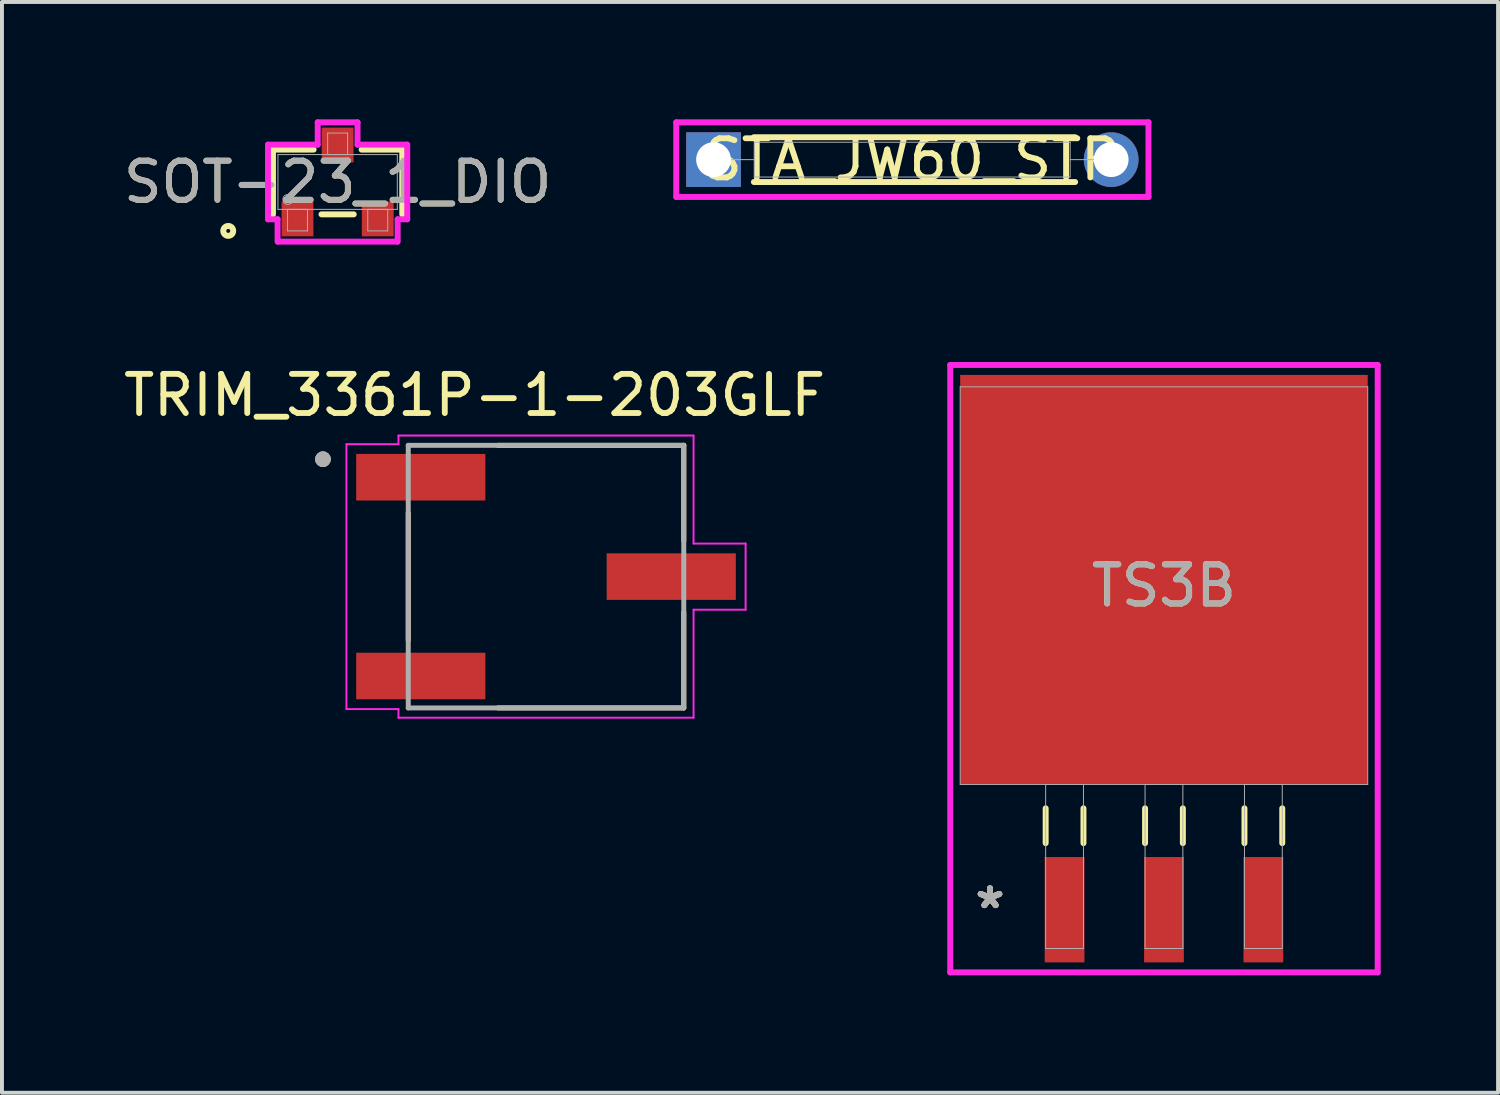
<source format=kicad_pcb>
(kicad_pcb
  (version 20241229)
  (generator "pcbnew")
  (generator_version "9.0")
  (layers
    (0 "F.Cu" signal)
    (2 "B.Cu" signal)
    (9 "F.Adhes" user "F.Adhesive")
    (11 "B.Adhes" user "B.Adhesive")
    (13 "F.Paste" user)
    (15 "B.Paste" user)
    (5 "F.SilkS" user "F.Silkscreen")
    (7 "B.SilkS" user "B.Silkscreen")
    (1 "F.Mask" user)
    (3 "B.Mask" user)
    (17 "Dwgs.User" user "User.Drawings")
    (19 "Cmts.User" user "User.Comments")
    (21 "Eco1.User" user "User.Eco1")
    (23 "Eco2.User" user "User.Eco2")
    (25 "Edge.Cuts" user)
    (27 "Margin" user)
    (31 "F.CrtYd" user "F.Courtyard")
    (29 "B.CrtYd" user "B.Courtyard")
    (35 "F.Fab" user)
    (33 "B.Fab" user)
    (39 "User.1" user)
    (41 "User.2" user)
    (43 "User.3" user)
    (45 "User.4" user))
  (footprint "TRIM_3361P-1-203GLF"
    (layer "F.Cu")
    (at 10.902 11.684)
    (property "Reference" "TRIM_3361P-1-203GLF" (at -1.825 -4.635 0) (layer "F.SilkS") (effects (font (size 1 1) (thickness 0.15))))
    (attr smd)
    (fp_line (start -3.52 -1.625) (end -3.52 1.625) (stroke (width 0.127) (type solid)) (layer "F.SilkS"))
    (fp_line (start 3.52 -3.355) (end -1.23 -3.355) (stroke (width 0.127) (type solid)) (layer "F.SilkS"))
    (fp_line (start 3.52 -0.915) (end 3.52 -3.355) (stroke (width 0.127) (type solid)) (layer "F.SilkS"))
    (fp_line (start 3.52 0.915) (end 3.52 3.355) (stroke (width 0.127) (type solid)) (layer "F.SilkS"))
    (fp_line (start 3.52 3.355) (end -1.23 3.355) (stroke (width 0.127) (type solid)) (layer "F.SilkS"))
    (fp_circle (center -5.7 -3) (end -5.6 -3) (stroke (width 0.2) (type solid)) (fill no) (layer "F.SilkS"))
    (fp_line (start -5.1 -3.385) (end -3.77 -3.385) (stroke (width 0.05) (type solid)) (layer "F.CrtYd"))
    (fp_line (start -5.1 3.385) (end -5.1 -3.385) (stroke (width 0.05) (type solid)) (layer "F.CrtYd"))
    (fp_line (start -3.77 -3.605) (end 3.77 -3.605) (stroke (width 0.05) (type solid)) (layer "F.CrtYd"))
    (fp_line (start -3.77 -3.385) (end -3.77 -3.605) (stroke (width 0.05) (type solid)) (layer "F.CrtYd"))
    (fp_line (start -3.77 3.385) (end -5.1 3.385) (stroke (width 0.05) (type solid)) (layer "F.CrtYd"))
    (fp_line (start -3.77 3.605) (end -3.77 3.385) (stroke (width 0.05) (type solid)) (layer "F.CrtYd"))
    (fp_line (start 3.77 -3.605) (end 3.77 -0.845) (stroke (width 0.05) (type solid)) (layer "F.CrtYd"))
    (fp_line (start 3.77 -0.845) (end 5.1 -0.845) (stroke (width 0.05) (type solid)) (layer "F.CrtYd"))
    (fp_line (start 3.77 0.845) (end 3.77 3.605) (stroke (width 0.05) (type solid)) (layer "F.CrtYd"))
    (fp_line (start 3.77 3.605) (end -3.77 3.605) (stroke (width 0.05) (type solid)) (layer "F.CrtYd"))
    (fp_line (start 5.1 -0.845) (end 5.1 0.845) (stroke (width 0.05) (type solid)) (layer "F.CrtYd"))
    (fp_line (start 5.1 0.845) (end 3.77 0.845) (stroke (width 0.05) (type solid)) (layer "F.CrtYd"))
    (fp_line (start -3.52 -3.355) (end -3.52 3.355) (stroke (width 0.127) (type solid)) (layer "F.Fab"))
    (fp_line (start -3.52 3.355) (end 3.52 3.355) (stroke (width 0.127) (type solid)) (layer "F.Fab"))
    (fp_line (start 3.52 -3.355) (end -3.52 -3.355) (stroke (width 0.127) (type solid)) (layer "F.Fab"))
    (fp_line (start 3.52 3.355) (end 3.52 -3.355) (stroke (width 0.127) (type solid)) (layer "F.Fab"))
    (fp_circle (center -5.7 -3) (end -5.6 -3) (stroke (width 0.2) (type solid)) (fill no) (layer "F.Fab"))
    (pad "1" smd rect (at -3.2 -2.54) (size 3.3 1.19) (layers "F.Cu" "F.Mask" "F.Paste"))
    (pad "2" smd rect (at 3.2 0) (size 3.3 1.19) (layers "F.Cu" "F.Mask" "F.Paste"))
    (pad "3" smd rect (at -3.2 2.54) (size 3.3 1.19) (layers "F.Cu" "F.Mask" "F.Paste")))
  (footprint "STA_JW60_STP"
    (layer "F.Cu")
    (at 15.183 1.029)
    (property "Reference" "STA_JW60_STP" (at 5.08 0 0) (unlocked yes) (layer "F.SilkS") (effects (font (size 1 1) (thickness 0.15))))
    (attr through_hole)
    (fp_line (start 1.031 0.572) (end 9.239 0.572) (stroke (width 0.152) (type solid)) (layer "F.SilkS"))
    (fp_line (start 9.239 -0.572) (end 1.031 -0.572) (stroke (width 0.152) (type solid)) (layer "F.SilkS"))
    (fp_line (start -0.953 -0.953) (end 11.113 -0.953) (stroke (width 0.152) (type solid)) (layer "F.CrtYd"))
    (fp_line (start -0.953 0.953) (end -0.953 -0.953) (stroke (width 0.152) (type solid)) (layer "F.CrtYd"))
    (fp_line (start 11.113 -0.953) (end 11.113 0.953) (stroke (width 0.152) (type solid)) (layer "F.CrtYd"))
    (fp_line (start 11.113 0.953) (end -0.953 0.953) (stroke (width 0.152) (type solid)) (layer "F.CrtYd"))
    (fp_line (start 0 0) (end 1.048 0) (stroke (width 0.025) (type solid)) (layer "F.Fab"))
    (fp_line (start 1.048 -0.445) (end 1.048 0.445) (stroke (width 0.025) (type solid)) (layer "F.Fab"))
    (fp_line (start 1.048 0.445) (end 9.112 0.445) (stroke (width 0.025) (type solid)) (layer "F.Fab"))
    (fp_line (start 9.112 -0.445) (end 1.048 -0.445) (stroke (width 0.025) (type solid)) (layer "F.Fab"))
    (fp_line (start 9.112 0.445) (end 9.112 -0.445) (stroke (width 0.025) (type solid)) (layer "F.Fab"))
    (fp_line (start 10.16 0) (end 9.112 0) (stroke (width 0.025) (type solid)) (layer "F.Fab"))
    (pad "1" thru_hole rect (at 0 0) (size 1.397 1.397) (drill 0.889) (layers "*.Cu" "*.Mask"))
    (pad "2" thru_hole circle (at 10.16 0) (size 1.397 1.397) (drill 0.889) (layers "*.Cu" "*.Mask")))
  (footprint "SOT-23_1_DIO"
    (layer "F.Cu")
    (at 5.577 1.6)
    (property "Reference" "SOT-23_1_DIO" (at 0 0 0) (unlocked yes) (layer "F.SilkS") (effects (font (size 1 1) (thickness 0.15))))
    (attr smd)
    (fp_line (start -1.652 -0.827) (end -1.652 0.827) (stroke (width 0.152) (type solid)) (layer "F.SilkS"))
    (fp_line (start -0.613 -0.827) (end -1.652 -0.827) (stroke (width 0.152) (type solid)) (layer "F.SilkS"))
    (fp_line (start -0.412 0.827) (end 0.412 0.827) (stroke (width 0.152) (type solid)) (layer "F.SilkS"))
    (fp_line (start 1.652 -0.827) (end 0.613 -0.827) (stroke (width 0.152) (type solid)) (layer "F.SilkS"))
    (fp_line (start 1.652 0.827) (end 1.652 -0.827) (stroke (width 0.152) (type solid)) (layer "F.SilkS"))
    (fp_circle (center -2.795 1.25) (end -2.668 1.25) (stroke (width 0.152) (type solid)) (fill no) (layer "F.SilkS"))
    (fp_line (start -1.779 -0.954) (end -0.509 -0.954) (stroke (width 0.152) (type solid)) (layer "F.CrtYd"))
    (fp_line (start -1.779 0.954) (end -1.779 -0.954) (stroke (width 0.152) (type solid)) (layer "F.CrtYd"))
    (fp_line (start -1.779 0.954) (end -1.534 0.954) (stroke (width 0.152) (type solid)) (layer "F.CrtYd"))
    (fp_line (start -1.534 0.954) (end -1.534 1.524) (stroke (width 0.152) (type solid)) (layer "F.CrtYd"))
    (fp_line (start -1.524 1.524) (end 1.524 1.524) (stroke (width 0.152) (type solid)) (layer "F.CrtYd"))
    (fp_line (start -0.509 -1.524) (end 0.509 -1.524) (stroke (width 0.152) (type solid)) (layer "F.CrtYd"))
    (fp_line (start -0.509 -0.954) (end -0.508 -1.524) (stroke (width 0.152) (type solid)) (layer "F.CrtYd"))
    (fp_line (start 0.509 -0.954) (end 0.509 -1.524) (stroke (width 0.152) (type solid)) (layer "F.CrtYd"))
    (fp_line (start 1.534 0.954) (end 1.534 1.524) (stroke (width 0.152) (type solid)) (layer "F.CrtYd"))
    (fp_line (start 1.779 -0.954) (end 0.509 -0.954) (stroke (width 0.152) (type solid)) (layer "F.CrtYd"))
    (fp_line (start 1.779 -0.954) (end 1.779 0.954) (stroke (width 0.152) (type solid)) (layer "F.CrtYd"))
    (fp_line (start 1.779 0.954) (end 1.534 0.954) (stroke (width 0.152) (type solid)) (layer "F.CrtYd"))
    (fp_line (start -1.525 -0.7) (end -1.525 0.7) (stroke (width 0.025) (type solid)) (layer "F.Fab"))
    (fp_line (start -1.525 0.7) (end 1.525 0.7) (stroke (width 0.025) (type solid)) (layer "F.Fab"))
    (fp_line (start -1.28 0.7) (end -1.28 1.25) (stroke (width 0.025) (type solid)) (layer "F.Fab"))
    (fp_line (start -1.28 1.25) (end -0.77 1.25) (stroke (width 0.025) (type solid)) (layer "F.Fab"))
    (fp_line (start -0.77 0.7) (end -1.28 0.7) (stroke (width 0.025) (type solid)) (layer "F.Fab"))
    (fp_line (start -0.77 1.25) (end -0.77 0.7) (stroke (width 0.025) (type solid)) (layer "F.Fab"))
    (fp_line (start -0.255 -1.25) (end -0.255 -0.7) (stroke (width 0.025) (type solid)) (layer "F.Fab"))
    (fp_line (start -0.255 -0.7) (end 0.255 -0.7) (stroke (width 0.025) (type solid)) (layer "F.Fab"))
    (fp_line (start 0.255 -1.25) (end -0.255 -1.25) (stroke (width 0.025) (type solid)) (layer "F.Fab"))
    (fp_line (start 0.255 -0.7) (end 0.255 -1.25) (stroke (width 0.025) (type solid)) (layer "F.Fab"))
    (fp_line (start 0.77 0.7) (end 0.77 1.25) (stroke (width 0.025) (type solid)) (layer "F.Fab"))
    (fp_line (start 0.77 1.25) (end 1.28 1.25) (stroke (width 0.025) (type solid)) (layer "F.Fab"))
    (fp_line (start 1.28 0.7) (end 0.77 0.7) (stroke (width 0.025) (type solid)) (layer "F.Fab"))
    (fp_line (start 1.28 1.25) (end 1.28 0.7) (stroke (width 0.025) (type solid)) (layer "F.Fab"))
    (fp_line (start 1.525 -0.7) (end -1.525 -0.7) (stroke (width 0.025) (type solid)) (layer "F.Fab"))
    (fp_line (start 1.525 0.7) (end 1.525 -0.7) (stroke (width 0.025) (type solid)) (layer "F.Fab"))
    (fp_circle (center -1.271 0.446) (end -1.144 0.446) (stroke (width 0.025) (type solid)) (fill no) (layer "F.Fab"))
    (fp_text user "${REFERENCE}" (at 0 0 0) (unlocked yes) (layer "F.Fab") (effects (font (size 1 1) (thickness 0.15))))
    (pad "1" smd rect (at -1.025 0.945) (size 0.813 0.889) (layers "F.Cu" "F.Mask" "F.Paste"))
    (pad "2" smd rect (at 1.025 0.945) (size 0.813 0.889) (layers "F.Cu" "F.Mask" "F.Paste"))
    (pad "3" smd rect (at 0 -0.945) (size 0.813 0.889) (layers "F.Cu" "F.Mask" "F.Paste")))
  (footprint "TS3B"
    (layer "F.Cu")
    (at 26.692 11.915)
    (property "Reference" "TS3B" (at 0 0 0) (unlocked yes) (layer "F.SilkS") (effects (font (size 1 1) (thickness 0.15))))
    (attr smd)
    (fp_line (start -3.023 5.69) (end -3.023 6.579) (stroke (width 0.152) (type solid)) (layer "F.SilkS"))
    (fp_line (start -2.057 5.69) (end -2.057 6.579) (stroke (width 0.152) (type solid)) (layer "F.SilkS"))
    (fp_line (start -0.483 5.69) (end -0.483 6.579) (stroke (width 0.152) (type solid)) (layer "F.SilkS"))
    (fp_line (start 0.483 5.69) (end 0.483 6.579) (stroke (width 0.152) (type solid)) (layer "F.SilkS"))
    (fp_line (start 2.057 5.69) (end 2.057 6.579) (stroke (width 0.152) (type solid)) (layer "F.SilkS"))
    (fp_line (start 3.023 5.69) (end 3.023 6.579) (stroke (width 0.152) (type solid)) (layer "F.SilkS"))
    (fp_line (start -5.461 -5.639) (end 5.461 -5.639) (stroke (width 0.152) (type solid)) (layer "F.CrtYd"))
    (fp_line (start -5.461 9.881) (end -5.461 -5.639) (stroke (width 0.152) (type solid)) (layer "F.CrtYd"))
    (fp_line (start 5.461 -5.639) (end 5.461 9.881) (stroke (width 0.152) (type solid)) (layer "F.CrtYd"))
    (fp_line (start 5.461 9.881) (end -5.461 9.881) (stroke (width 0.152) (type solid)) (layer "F.CrtYd"))
    (fp_line (start -5.207 -5.08) (end -5.207 5.08) (stroke (width 0.025) (type solid)) (layer "F.Fab"))
    (fp_line (start -5.207 5.08) (end 5.207 5.08) (stroke (width 0.025) (type solid)) (layer "F.Fab"))
    (fp_line (start -3.023 5.08) (end -3.023 9.271) (stroke (width 0.025) (type solid)) (layer "F.Fab"))
    (fp_line (start -3.023 9.271) (end -2.057 9.271) (stroke (width 0.025) (type solid)) (layer "F.Fab"))
    (fp_line (start -2.057 5.08) (end -3.023 5.08) (stroke (width 0.025) (type solid)) (layer "F.Fab"))
    (fp_line (start -2.057 9.271) (end -2.057 5.08) (stroke (width 0.025) (type solid)) (layer "F.Fab"))
    (fp_line (start -0.483 5.08) (end -0.483 9.271) (stroke (width 0.025) (type solid)) (layer "F.Fab"))
    (fp_line (start -0.483 9.271) (end 0.483 9.271) (stroke (width 0.025) (type solid)) (layer "F.Fab"))
    (fp_line (start 0.483 5.08) (end -0.483 5.08) (stroke (width 0.025) (type solid)) (layer "F.Fab"))
    (fp_line (start 0.483 9.271) (end 0.483 5.08) (stroke (width 0.025) (type solid)) (layer "F.Fab"))
    (fp_line (start 2.057 5.08) (end 2.057 9.271) (stroke (width 0.025) (type solid)) (layer "F.Fab"))
    (fp_line (start 2.057 9.271) (end 3.023 9.271) (stroke (width 0.025) (type solid)) (layer "F.Fab"))
    (fp_line (start 3.023 5.08) (end 2.057 5.08) (stroke (width 0.025) (type solid)) (layer "F.Fab"))
    (fp_line (start 3.023 9.271) (end 3.023 5.08) (stroke (width 0.025) (type solid)) (layer "F.Fab"))
    (fp_line (start 5.207 -5.08) (end -5.207 -5.08) (stroke (width 0.025) (type solid)) (layer "F.Fab"))
    (fp_line (start 5.207 5.08) (end 5.207 -5.08) (stroke (width 0.025) (type solid)) (layer "F.Fab"))
    (fp_text user "*" (at -4.445 8.28 0) (layer "F.SilkS") (effects (font (size 1 1) (thickness 0.15))))
    (fp_text user "*" (at -4.445 8.28 0) (unlocked yes) (layer "F.SilkS") (effects (font (size 1 1) (thickness 0.15))))
    (fp_text user "*" (at -4.445 8.28 0) (unlocked yes) (layer "F.Fab") (effects (font (size 1 1) (thickness 0.15))))
    (fp_text user "${REFERENCE}" (at 0 0 0) (unlocked yes) (layer "F.Fab") (effects (font (size 1 1) (thickness 0.15))))
    (fp_text user "*" (at -4.445 8.28 0) (layer "F.Fab") (effects (font (size 1 1) (thickness 0.15))))
    (pad "1" smd rect (at -2.54 8.28) (size 1.016 2.692) (layers "F.Cu" "F.Mask" "F.Paste"))
    (pad "2" smd rect (at 0 8.28) (size 1.016 2.692) (layers "F.Cu" "F.Mask" "F.Paste"))
    (pad "3" smd rect (at 2.54 8.28) (size 1.016 2.692) (layers "F.Cu" "F.Mask" "F.Paste"))
    (pad "4" smd rect (at 0 -0.152) (size 10.414 10.465) (layers "F.Cu" "F.Mask" "F.Paste")))
  (gr_rect
    (start -3 -3)
    (end 35.229 24.872)
    (stroke (width 0.1) (type default))
    (fill no)
    (layer "Edge.Cuts")))
</source>
